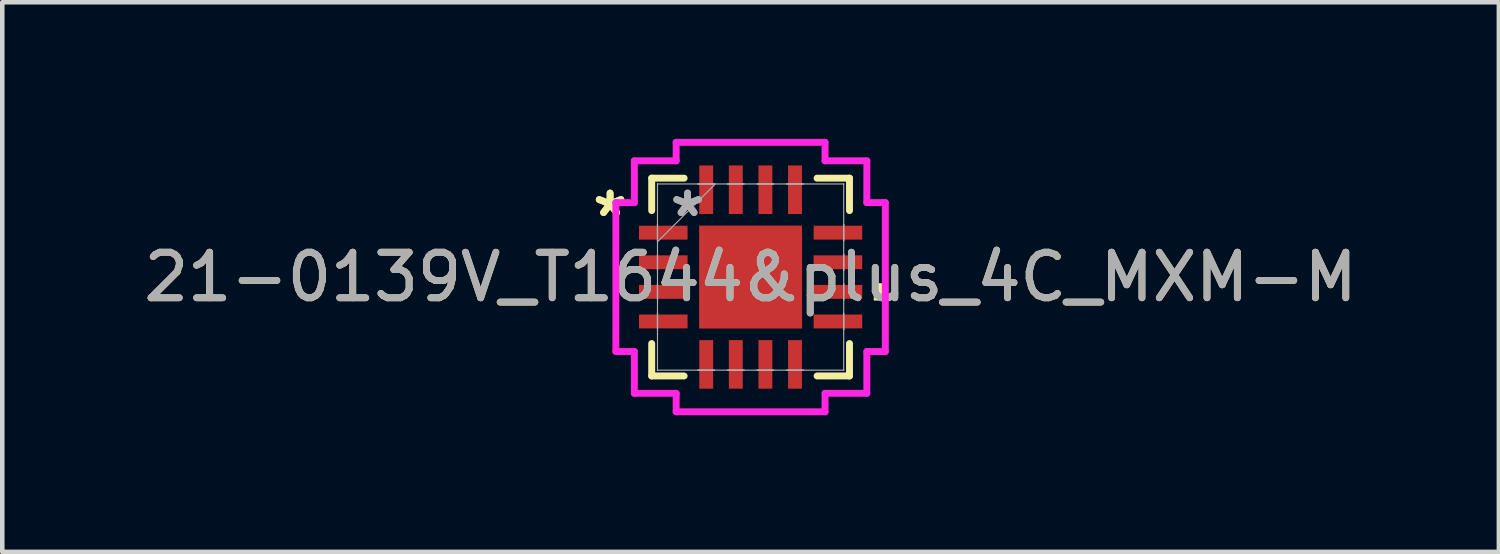
<source format=kicad_pcb>
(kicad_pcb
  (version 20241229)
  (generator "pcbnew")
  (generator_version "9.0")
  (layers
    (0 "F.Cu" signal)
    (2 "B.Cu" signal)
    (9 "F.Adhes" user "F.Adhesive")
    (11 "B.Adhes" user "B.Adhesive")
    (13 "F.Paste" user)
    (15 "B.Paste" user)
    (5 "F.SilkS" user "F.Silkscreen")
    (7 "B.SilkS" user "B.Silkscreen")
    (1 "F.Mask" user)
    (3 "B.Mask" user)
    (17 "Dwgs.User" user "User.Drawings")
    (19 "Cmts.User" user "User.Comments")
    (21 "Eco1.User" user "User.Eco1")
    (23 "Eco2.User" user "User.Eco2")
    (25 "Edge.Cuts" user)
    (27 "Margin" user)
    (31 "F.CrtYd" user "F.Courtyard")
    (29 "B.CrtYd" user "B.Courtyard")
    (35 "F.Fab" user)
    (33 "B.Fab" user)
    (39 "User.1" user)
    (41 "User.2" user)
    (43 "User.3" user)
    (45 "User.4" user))
  (footprint "21-0139V_T1644&plus_4C_MXM-M"
    (layer "F.Cu")
    (at 13.435 3.035)
    (property "Reference" "21-0139V_T1644&plus_4C_MXM-M" (at 0 0 0) (unlocked yes) (layer "F.SilkS") (effects (font (size 1 1) (thickness 0.15))))
    (attr smd)
    (fp_line (start -2.172 -2.172) (end -2.172 -1.46) (stroke (width 0.152) (type solid)) (layer "F.SilkS"))
    (fp_line (start -2.172 1.46) (end -2.172 2.172) (stroke (width 0.152) (type solid)) (layer "F.SilkS"))
    (fp_line (start -2.172 2.172) (end -1.46 2.172) (stroke (width 0.152) (type solid)) (layer "F.SilkS"))
    (fp_line (start -1.46 -2.172) (end -2.172 -2.172) (stroke (width 0.152) (type solid)) (layer "F.SilkS"))
    (fp_line (start 1.46 2.172) (end 2.172 2.172) (stroke (width 0.152) (type solid)) (layer "F.SilkS"))
    (fp_line (start 2.172 -2.172) (end 1.46 -2.172) (stroke (width 0.152) (type solid)) (layer "F.SilkS"))
    (fp_line (start 2.172 -1.46) (end 2.172 -2.172) (stroke (width 0.152) (type solid)) (layer "F.SilkS"))
    (fp_line (start 2.172 2.172) (end 2.172 1.46) (stroke (width 0.152) (type solid)) (layer "F.SilkS"))
    (fp_poly (pts (xy 2.959 0.135) (xy 2.959 0.516) (xy 2.705 0.516) (xy 2.705 0.135)) (stroke (width 0) (type solid)) (fill yes) (layer "F.SilkS"))
    (fp_line (start -2.959 -1.635) (end -2.553 -1.635) (stroke (width 0.152) (type solid)) (layer "F.CrtYd"))
    (fp_line (start -2.959 1.635) (end -2.959 -1.635) (stroke (width 0.152) (type solid)) (layer "F.CrtYd"))
    (fp_line (start -2.553 -2.553) (end -1.635 -2.553) (stroke (width 0.152) (type solid)) (layer "F.CrtYd"))
    (fp_line (start -2.553 -1.635) (end -2.553 -2.553) (stroke (width 0.152) (type solid)) (layer "F.CrtYd"))
    (fp_line (start -2.553 1.635) (end -2.959 1.635) (stroke (width 0.152) (type solid)) (layer "F.CrtYd"))
    (fp_line (start -2.553 2.553) (end -2.553 1.635) (stroke (width 0.152) (type solid)) (layer "F.CrtYd"))
    (fp_line (start -1.635 -2.959) (end 1.635 -2.959) (stroke (width 0.152) (type solid)) (layer "F.CrtYd"))
    (fp_line (start -1.635 -2.553) (end -1.635 -2.959) (stroke (width 0.152) (type solid)) (layer "F.CrtYd"))
    (fp_line (start -1.635 2.553) (end -2.553 2.553) (stroke (width 0.152) (type solid)) (layer "F.CrtYd"))
    (fp_line (start -1.635 2.959) (end -1.635 2.553) (stroke (width 0.152) (type solid)) (layer "F.CrtYd"))
    (fp_line (start 1.635 -2.959) (end 1.635 -2.553) (stroke (width 0.152) (type solid)) (layer "F.CrtYd"))
    (fp_line (start 1.635 -2.553) (end 2.553 -2.553) (stroke (width 0.152) (type solid)) (layer "F.CrtYd"))
    (fp_line (start 1.635 2.553) (end 1.635 2.959) (stroke (width 0.152) (type solid)) (layer "F.CrtYd"))
    (fp_line (start 1.635 2.959) (end -1.635 2.959) (stroke (width 0.152) (type solid)) (layer "F.CrtYd"))
    (fp_line (start 2.553 -2.553) (end 2.553 -1.635) (stroke (width 0.152) (type solid)) (layer "F.CrtYd"))
    (fp_line (start 2.553 -1.635) (end 2.959 -1.635) (stroke (width 0.152) (type solid)) (layer "F.CrtYd"))
    (fp_line (start 2.553 1.635) (end 2.553 2.553) (stroke (width 0.152) (type solid)) (layer "F.CrtYd"))
    (fp_line (start 2.553 2.553) (end 1.635 2.553) (stroke (width 0.152) (type solid)) (layer "F.CrtYd"))
    (fp_line (start 2.959 -1.635) (end 2.959 1.635) (stroke (width 0.152) (type solid)) (layer "F.CrtYd"))
    (fp_line (start 2.959 1.635) (end 2.553 1.635) (stroke (width 0.152) (type solid)) (layer "F.CrtYd"))
    (fp_line (start -2.045 -2.045) (end -2.045 -2.045) (stroke (width 0.025) (type solid)) (layer "F.Fab"))
    (fp_line (start -2.045 -2.045) (end -2.045 2.045) (stroke (width 0.025) (type solid)) (layer "F.Fab"))
    (fp_line (start -2.045 -1.153) (end -2.045 -1.153) (stroke (width 0.025) (type solid)) (layer "F.Fab"))
    (fp_line (start -2.045 -1.153) (end -2.045 -0.797) (stroke (width 0.025) (type solid)) (layer "F.Fab"))
    (fp_line (start -2.045 -0.797) (end -2.045 -1.153) (stroke (width 0.025) (type solid)) (layer "F.Fab"))
    (fp_line (start -2.045 -0.797) (end -2.045 -0.797) (stroke (width 0.025) (type solid)) (layer "F.Fab"))
    (fp_line (start -2.045 -0.775) (end -0.775 -2.045) (stroke (width 0.025) (type solid)) (layer "F.Fab"))
    (fp_line (start -2.045 -0.503) (end -2.045 -0.503) (stroke (width 0.025) (type solid)) (layer "F.Fab"))
    (fp_line (start -2.045 -0.503) (end -2.045 -0.147) (stroke (width 0.025) (type solid)) (layer "F.Fab"))
    (fp_line (start -2.045 -0.147) (end -2.045 -0.503) (stroke (width 0.025) (type solid)) (layer "F.Fab"))
    (fp_line (start -2.045 -0.147) (end -2.045 -0.147) (stroke (width 0.025) (type solid)) (layer "F.Fab"))
    (fp_line (start -2.045 0.147) (end -2.045 0.147) (stroke (width 0.025) (type solid)) (layer "F.Fab"))
    (fp_line (start -2.045 0.147) (end -2.045 0.503) (stroke (width 0.025) (type solid)) (layer "F.Fab"))
    (fp_line (start -2.045 0.503) (end -2.045 0.147) (stroke (width 0.025) (type solid)) (layer "F.Fab"))
    (fp_line (start -2.045 0.503) (end -2.045 0.503) (stroke (width 0.025) (type solid)) (layer "F.Fab"))
    (fp_line (start -2.045 0.797) (end -2.045 0.797) (stroke (width 0.025) (type solid)) (layer "F.Fab"))
    (fp_line (start -2.045 0.797) (end -2.045 1.153) (stroke (width 0.025) (type solid)) (layer "F.Fab"))
    (fp_line (start -2.045 1.153) (end -2.045 0.797) (stroke (width 0.025) (type solid)) (layer "F.Fab"))
    (fp_line (start -2.045 1.153) (end -2.045 1.153) (stroke (width 0.025) (type solid)) (layer "F.Fab"))
    (fp_line (start -2.045 2.045) (end -2.045 2.045) (stroke (width 0.025) (type solid)) (layer "F.Fab"))
    (fp_line (start -2.045 2.045) (end 2.045 2.045) (stroke (width 0.025) (type solid)) (layer "F.Fab"))
    (fp_line (start -1.153 -2.045) (end -1.153 -2.045) (stroke (width 0.025) (type solid)) (layer "F.Fab"))
    (fp_line (start -1.153 -2.045) (end -0.797 -2.045) (stroke (width 0.025) (type solid)) (layer "F.Fab"))
    (fp_line (start -1.153 2.045) (end -1.153 2.045) (stroke (width 0.025) (type solid)) (layer "F.Fab"))
    (fp_line (start -1.153 2.045) (end -0.797 2.045) (stroke (width 0.025) (type solid)) (layer "F.Fab"))
    (fp_line (start -0.797 -2.045) (end -1.153 -2.045) (stroke (width 0.025) (type solid)) (layer "F.Fab"))
    (fp_line (start -0.797 -2.045) (end -0.797 -2.045) (stroke (width 0.025) (type solid)) (layer "F.Fab"))
    (fp_line (start -0.797 2.045) (end -1.153 2.045) (stroke (width 0.025) (type solid)) (layer "F.Fab"))
    (fp_line (start -0.797 2.045) (end -0.797 2.045) (stroke (width 0.025) (type solid)) (layer "F.Fab"))
    (fp_line (start -0.503 -2.045) (end -0.503 -2.045) (stroke (width 0.025) (type solid)) (layer "F.Fab"))
    (fp_line (start -0.503 -2.045) (end -0.147 -2.045) (stroke (width 0.025) (type solid)) (layer "F.Fab"))
    (fp_line (start -0.503 2.045) (end -0.503 2.045) (stroke (width 0.025) (type solid)) (layer "F.Fab"))
    (fp_line (start -0.503 2.045) (end -0.147 2.045) (stroke (width 0.025) (type solid)) (layer "F.Fab"))
    (fp_line (start -0.147 -2.045) (end -0.503 -2.045) (stroke (width 0.025) (type solid)) (layer "F.Fab"))
    (fp_line (start -0.147 -2.045) (end -0.147 -2.045) (stroke (width 0.025) (type solid)) (layer "F.Fab"))
    (fp_line (start -0.147 2.045) (end -0.503 2.045) (stroke (width 0.025) (type solid)) (layer "F.Fab"))
    (fp_line (start -0.147 2.045) (end -0.147 2.045) (stroke (width 0.025) (type solid)) (layer "F.Fab"))
    (fp_line (start 0.147 -2.045) (end 0.147 -2.045) (stroke (width 0.025) (type solid)) (layer "F.Fab"))
    (fp_line (start 0.147 -2.045) (end 0.503 -2.045) (stroke (width 0.025) (type solid)) (layer "F.Fab"))
    (fp_line (start 0.147 2.045) (end 0.147 2.045) (stroke (width 0.025) (type solid)) (layer "F.Fab"))
    (fp_line (start 0.147 2.045) (end 0.503 2.045) (stroke (width 0.025) (type solid)) (layer "F.Fab"))
    (fp_line (start 0.503 -2.045) (end 0.147 -2.045) (stroke (width 0.025) (type solid)) (layer "F.Fab"))
    (fp_line (start 0.503 -2.045) (end 0.503 -2.045) (stroke (width 0.025) (type solid)) (layer "F.Fab"))
    (fp_line (start 0.503 2.045) (end 0.147 2.045) (stroke (width 0.025) (type solid)) (layer "F.Fab"))
    (fp_line (start 0.503 2.045) (end 0.503 2.045) (stroke (width 0.025) (type solid)) (layer "F.Fab"))
    (fp_line (start 0.797 -2.045) (end 0.797 -2.045) (stroke (width 0.025) (type solid)) (layer "F.Fab"))
    (fp_line (start 0.797 -2.045) (end 1.153 -2.045) (stroke (width 0.025) (type solid)) (layer "F.Fab"))
    (fp_line (start 0.797 2.045) (end 0.797 2.045) (stroke (width 0.025) (type solid)) (layer "F.Fab"))
    (fp_line (start 0.797 2.045) (end 1.153 2.045) (stroke (width 0.025) (type solid)) (layer "F.Fab"))
    (fp_line (start 1.153 -2.045) (end 0.797 -2.045) (stroke (width 0.025) (type solid)) (layer "F.Fab"))
    (fp_line (start 1.153 -2.045) (end 1.153 -2.045) (stroke (width 0.025) (type solid)) (layer "F.Fab"))
    (fp_line (start 1.153 2.045) (end 0.797 2.045) (stroke (width 0.025) (type solid)) (layer "F.Fab"))
    (fp_line (start 1.153 2.045) (end 1.153 2.045) (stroke (width 0.025) (type solid)) (layer "F.Fab"))
    (fp_line (start 2.045 -2.045) (end -2.045 -2.045) (stroke (width 0.025) (type solid)) (layer "F.Fab"))
    (fp_line (start 2.045 -2.045) (end 2.045 -2.045) (stroke (width 0.025) (type solid)) (layer "F.Fab"))
    (fp_line (start 2.045 -1.153) (end 2.045 -1.153) (stroke (width 0.025) (type solid)) (layer "F.Fab"))
    (fp_line (start 2.045 -1.153) (end 2.045 -0.797) (stroke (width 0.025) (type solid)) (layer "F.Fab"))
    (fp_line (start 2.045 -0.797) (end 2.045 -1.153) (stroke (width 0.025) (type solid)) (layer "F.Fab"))
    (fp_line (start 2.045 -0.797) (end 2.045 -0.797) (stroke (width 0.025) (type solid)) (layer "F.Fab"))
    (fp_line (start 2.045 -0.503) (end 2.045 -0.503) (stroke (width 0.025) (type solid)) (layer "F.Fab"))
    (fp_line (start 2.045 -0.503) (end 2.045 -0.147) (stroke (width 0.025) (type solid)) (layer "F.Fab"))
    (fp_line (start 2.045 -0.147) (end 2.045 -0.503) (stroke (width 0.025) (type solid)) (layer "F.Fab"))
    (fp_line (start 2.045 -0.147) (end 2.045 -0.147) (stroke (width 0.025) (type solid)) (layer "F.Fab"))
    (fp_line (start 2.045 0.147) (end 2.045 0.147) (stroke (width 0.025) (type solid)) (layer "F.Fab"))
    (fp_line (start 2.045 0.147) (end 2.045 0.503) (stroke (width 0.025) (type solid)) (layer "F.Fab"))
    (fp_line (start 2.045 0.503) (end 2.045 0.147) (stroke (width 0.025) (type solid)) (layer "F.Fab"))
    (fp_line (start 2.045 0.503) (end 2.045 0.503) (stroke (width 0.025) (type solid)) (layer "F.Fab"))
    (fp_line (start 2.045 0.797) (end 2.045 0.797) (stroke (width 0.025) (type solid)) (layer "F.Fab"))
    (fp_line (start 2.045 0.797) (end 2.045 1.153) (stroke (width 0.025) (type solid)) (layer "F.Fab"))
    (fp_line (start 2.045 1.153) (end 2.045 0.797) (stroke (width 0.025) (type solid)) (layer "F.Fab"))
    (fp_line (start 2.045 1.153) (end 2.045 1.153) (stroke (width 0.025) (type solid)) (layer "F.Fab"))
    (fp_line (start 2.045 2.045) (end 2.045 -2.045) (stroke (width 0.025) (type solid)) (layer "F.Fab"))
    (fp_line (start 2.045 2.045) (end 2.045 2.045) (stroke (width 0.025) (type solid)) (layer "F.Fab"))
    (fp_text user "*" (at -3.086 -1.3 0) (unlocked yes) (layer "F.SilkS") (effects (font (size 1 1) (thickness 0.15))))
    (fp_text user "*" (at -3.086 -1.3 0) (layer "F.SilkS") (effects (font (size 1 1) (thickness 0.15))))
    (fp_text user "${REFERENCE}" (at 0 0 0) (unlocked yes) (layer "F.Fab") (effects (font (size 1 1) (thickness 0.15))))
    (fp_text user "*" (at -1.384 -1.3 0) (layer "F.Fab") (effects (font (size 1 1) (thickness 0.15))))
    (fp_text user "*" (at -1.384 -1.3 0) (unlocked yes) (layer "F.Fab") (effects (font (size 1 1) (thickness 0.15))))
    (pad "1" smd rect (at -1.918 -0.975 90) (size 0.305 1.067) (layers "F.Cu" "F.Mask" "F.Paste"))
    (pad "2" smd rect (at -1.918 -0.325 90) (size 0.305 1.067) (layers "F.Cu" "F.Mask" "F.Paste"))
    (pad "3" smd rect (at -1.918 0.325 90) (size 0.305 1.067) (layers "F.Cu" "F.Mask" "F.Paste"))
    (pad "4" smd rect (at -1.918 0.975 90) (size 0.305 1.067) (layers "F.Cu" "F.Mask" "F.Paste"))
    (pad "5" smd rect (at -0.975 1.918) (size 0.305 1.067) (layers "F.Cu" "F.Mask" "F.Paste"))
    (pad "6" smd rect (at -0.325 1.918) (size 0.305 1.067) (layers "F.Cu" "F.Mask" "F.Paste"))
    (pad "7" smd rect (at 0.325 1.918) (size 0.305 1.067) (layers "F.Cu" "F.Mask" "F.Paste"))
    (pad "8" smd rect (at 0.975 1.918) (size 0.305 1.067) (layers "F.Cu" "F.Mask" "F.Paste"))
    (pad "9" smd rect (at 1.918 0.975 90) (size 0.305 1.067) (layers "F.Cu" "F.Mask" "F.Paste"))
    (pad "10" smd rect (at 1.918 0.325 90) (size 0.305 1.067) (layers "F.Cu" "F.Mask" "F.Paste"))
    (pad "11" smd rect (at 1.918 -0.325 90) (size 0.305 1.067) (layers "F.Cu" "F.Mask" "F.Paste"))
    (pad "12" smd rect (at 1.918 -0.975 90) (size 0.305 1.067) (layers "F.Cu" "F.Mask" "F.Paste"))
    (pad "13" smd rect (at 0.975 -1.918) (size 0.305 1.067) (layers "F.Cu" "F.Mask" "F.Paste"))
    (pad "14" smd rect (at 0.325 -1.918) (size 0.305 1.067) (layers "F.Cu" "F.Mask" "F.Paste"))
    (pad "15" smd rect (at -0.325 -1.918) (size 0.305 1.067) (layers "F.Cu" "F.Mask" "F.Paste"))
    (pad "16" smd rect (at -0.975 -1.918) (size 0.305 1.067) (layers "F.Cu" "F.Mask" "F.Paste"))
    (pad "17" smd rect (at 0 0) (size 2.261 2.261) (layers "F.Cu" "F.Mask" "F.Paste")))
  (gr_rect
    (start -3 -3)
    (end 29.869 9.071)
    (stroke (width 0.1) (type default))
    (fill no)
    (layer "Edge.Cuts")))
</source>
